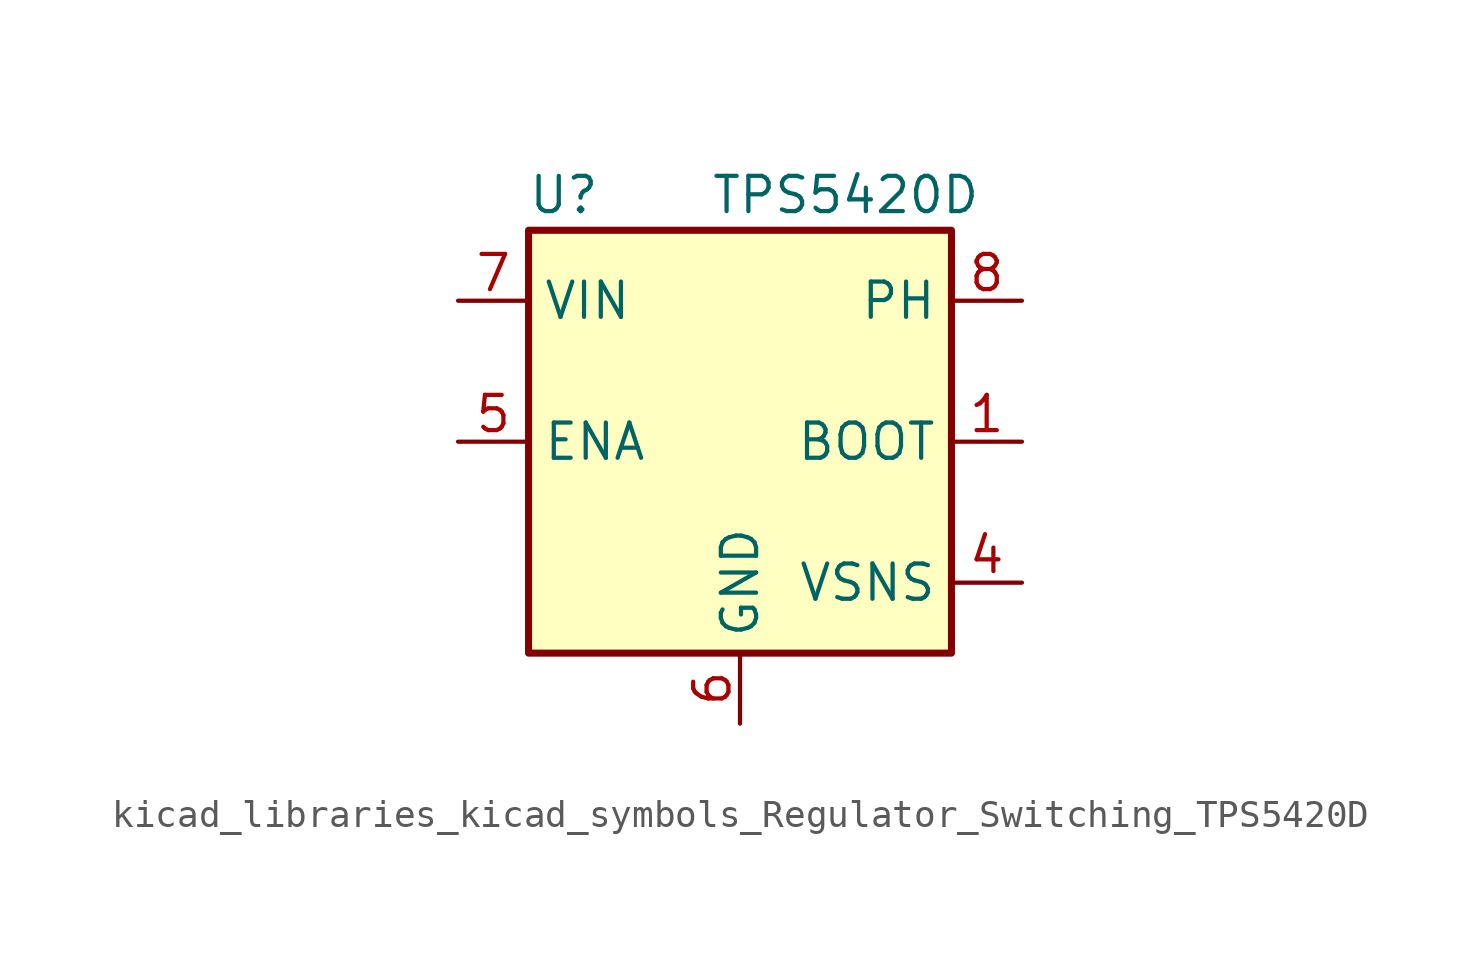
<source format=kicad_sym>
(kicad_symbol_lib
  (version 20220914)
  (generator kicad_symbol_editor)
  (symbol "kicad_libraries_kicad_symbols_Regulator_Switching_TPS5420D"
    (property "Reference" "U"
      (at -6.35 8.89 0)
      (effects (font (size 1.27 1.27))))
    (property "Value" "TPS5420D"
      (at 3.81 8.89 0)
      (effects (font (size 1.27 1.27))))
    (symbol "kicad_libraries_kicad_symbols_Regulator_Switching_TPS5420D_0_1"
      (rectangle (start -7.62 7.62) (end 7.62 -7.62) (stroke (width 0.254) (type default)) (fill (type background))))
    (symbol "kicad_libraries_kicad_symbols_Regulator_Switching_TPS5420D_1_1"
      (pin input line (at 10.16 0 180) (length 2.54) (name "BOOT" (effects (font (size 1.27 1.27)))) (number "1" (effects (font (size 1.27 1.27)))))
      (pin no_connect line (at -7.62 -2.54 0) (length 2.54) hide (name "NC" (effects (font (size 1.27 1.27)))) (number "2" (effects (font (size 1.27 1.27)))))
      (pin no_connect line (at -7.62 -5.08 0) (length 2.54) hide (name "NC" (effects (font (size 1.27 1.27)))) (number "3" (effects (font (size 1.27 1.27)))))
      (pin input line (at 10.16 -5.08 180) (length 2.54) (name "VSNS" (effects (font (size 1.27 1.27)))) (number "4" (effects (font (size 1.27 1.27)))))
      (pin input line (at -10.16 0 0) (length 2.54) (name "ENA" (effects (font (size 1.27 1.27)))) (number "5" (effects (font (size 1.27 1.27)))))
      (pin power_in line (at 0 -10.16 90) (length 2.54) (name "GND" (effects (font (size 1.27 1.27)))) (number "6" (effects (font (size 1.27 1.27)))))
      (pin power_in line (at -10.16 5.08 0) (length 2.54) (name "VIN" (effects (font (size 1.27 1.27)))) (number "7" (effects (font (size 1.27 1.27)))))
      (pin power_out line (at 10.16 5.08 180) (length 2.54) (name "PH" (effects (font (size 1.27 1.27)))) (number "8" (effects (font (size 1.27 1.27))))))))
</source>
